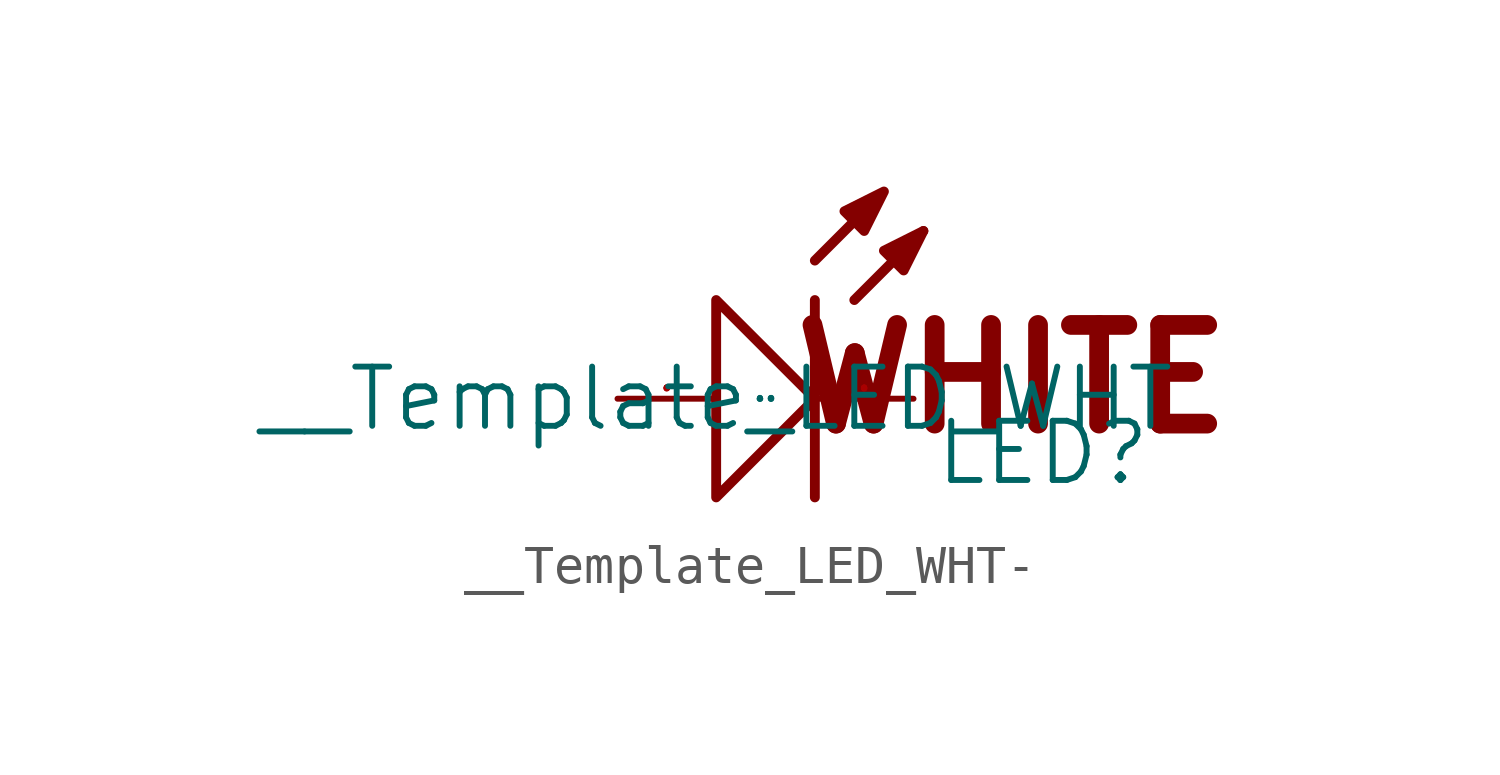
<source format=kicad_sym>
(kicad_symbol_lib
  (version 20220914)
  (generator kicad_symbol_editor)
  (symbol "__Template_LED_WHT-"
    (pin_names
      (offset 1.016))
    (property "Reference" "LED"
      (at 5.588 -2.286 0)
      (effects (font (size 1.524 1.524)) (justify left bottom)))
    (property "Value" "__Template_LED_WHT"
      (at 0 0 0)
      (effects (font (size 1.524 1.524))))
    (property "Footprint" ""
      (at 0 0 0)
      (effects (font (size 1.524 1.524))))
    (property "Datasheet" ""
      (at 0 0 0)
      (effects (font (size 1.524 1.524))))
    (symbol "__Template_LED_WHT-_0_1"
      (polyline (pts (xy 2.54 2.54) (xy 2.54 -2.54)) (stroke (width 0.254) (type solid)) (fill (type none)))
      (polyline (pts (xy 2.54 3.556) (xy 3.556 4.572)) (stroke (width 0.254) (type solid)) (fill (type none)))
      (polyline (pts (xy 3.556 2.54) (xy 5.334 4.318)) (stroke (width 0.254) (type solid)) (fill (type none)))
      (polyline (pts (xy 0 -2.54) (xy 2.54 0) (xy 0 2.54) (xy 0 -2.54)) (stroke (width 0.254) (type solid)) (fill (type none)))
      (polyline (pts (xy 4.318 5.334) (xy 3.302 4.826) (xy 3.81 4.318) (xy 4.318 5.334)) (stroke (width 0.254) (type solid)) (fill (type outline)))
      (polyline (pts (xy 5.334 4.318) (xy 4.318 3.81) (xy 4.826 3.302) (xy 5.334 4.318)) (stroke (width 0.254) (type solid)) (fill (type outline)))
      (pin passive line (at 5.08 0 180) (length 2.54) (name "K" (effects (font (size 0.025 0.025)))) (number "1" (effects (font (size 0.025 0.025)))))
      (pin passive line (at -2.54 0 0) (length 2.54) (name "A" (effects (font (size 0.025 0.025)))) (number "2" (effects (font (size 0.025 0.025))))))
    (symbol "__Template_LED_WHT-_1_1"
      (text "WHITE" (at 7.62 0.508 0) (effects (font (size 2.54 2.54) bold))))))
</source>
